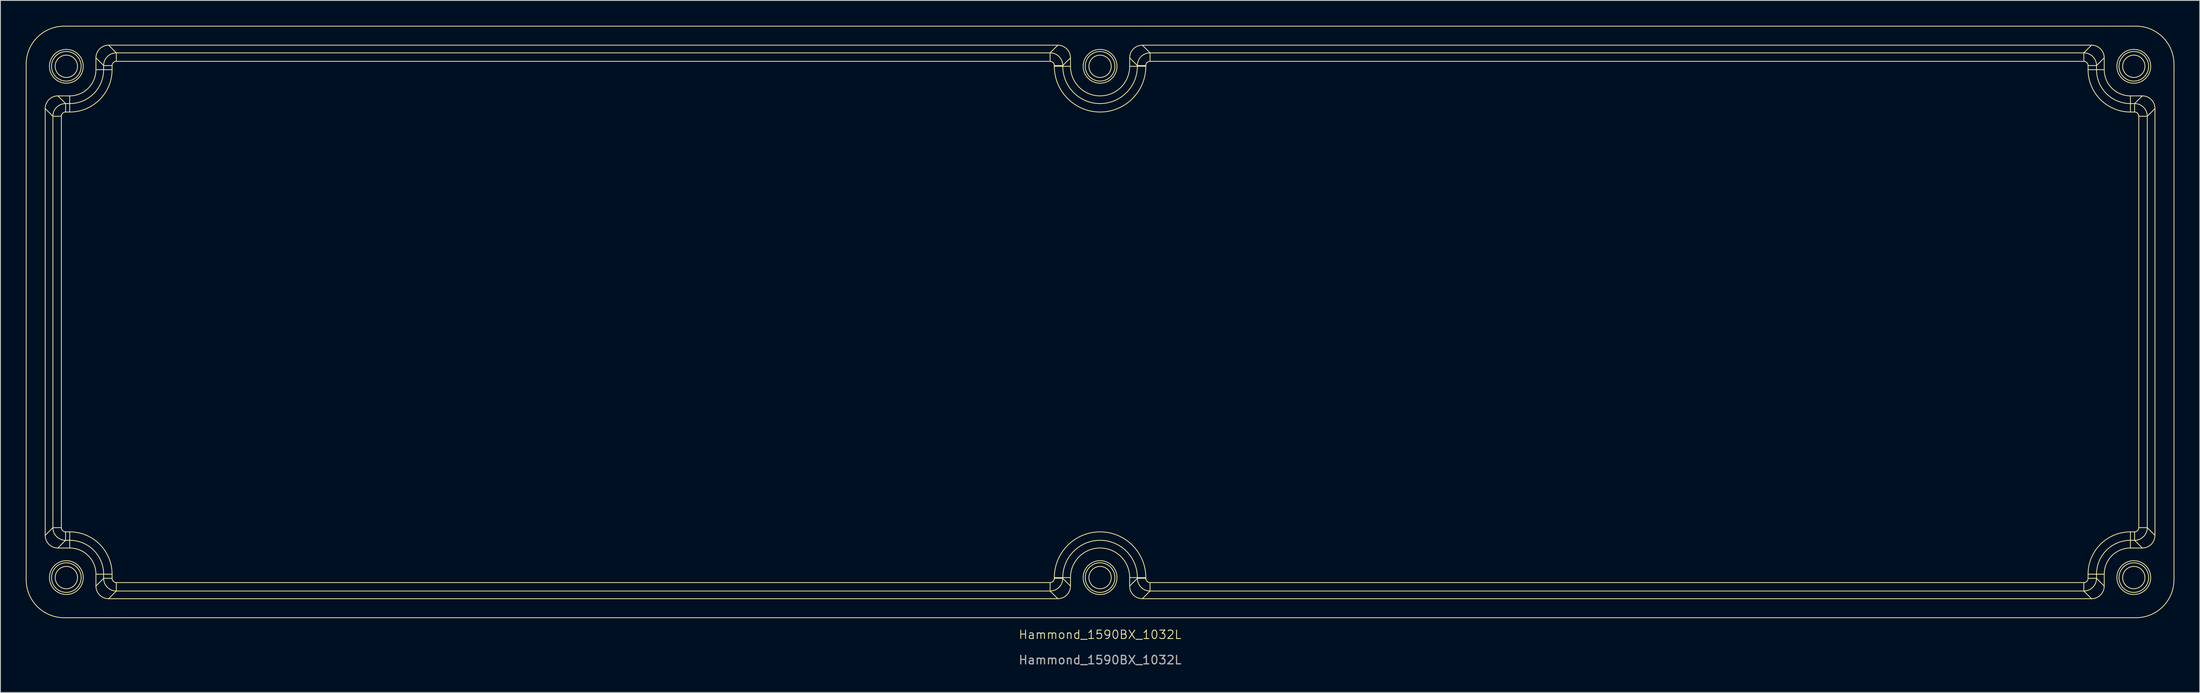
<source format=kicad_pcb>
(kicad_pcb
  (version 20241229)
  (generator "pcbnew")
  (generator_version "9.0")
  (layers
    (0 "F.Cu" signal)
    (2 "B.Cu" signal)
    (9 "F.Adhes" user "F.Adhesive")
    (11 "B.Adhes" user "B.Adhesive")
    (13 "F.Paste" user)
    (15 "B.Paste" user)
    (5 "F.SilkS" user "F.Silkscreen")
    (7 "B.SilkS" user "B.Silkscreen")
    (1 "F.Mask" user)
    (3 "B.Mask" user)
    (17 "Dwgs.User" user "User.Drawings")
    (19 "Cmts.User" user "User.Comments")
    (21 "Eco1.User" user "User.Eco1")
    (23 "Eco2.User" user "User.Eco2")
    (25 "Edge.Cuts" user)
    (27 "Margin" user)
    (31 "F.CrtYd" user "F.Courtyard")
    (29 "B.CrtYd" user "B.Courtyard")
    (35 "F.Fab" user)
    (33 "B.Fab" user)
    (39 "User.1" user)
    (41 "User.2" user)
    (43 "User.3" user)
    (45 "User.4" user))
  (footprint "Hammond_1590BX_1032L"
    (layer "F.Cu")
    (at 127.045 35.045)
    (property "Reference" "Hammond_1590BX_1032L" (at 0 37 0) (unlocked yes) (layer "F.SilkS") (effects (font (size 1 1) (thickness 0.1))))
    (fp_line (start -127 -30.5) (end -127 30.5) (stroke (width 0.09) (type solid)) (layer "F.SilkS"))
    (fp_line (start -124.75 -25.25) (end -123.84 -24.34) (stroke (width 0.09) (type solid)) (layer "F.SilkS"))
    (fp_line (start -124.75 25.25) (end -124.75 -25.25) (stroke (width 0.09) (type solid)) (layer "F.SilkS"))
    (fp_line (start -123.84 -24.34) (end -123.84 24.34) (stroke (width 0.09) (type solid)) (layer "F.SilkS"))
    (fp_line (start -123.84 24.34) (end -124.75 25.25) (stroke (width 0.09) (type solid)) (layer "F.SilkS"))
    (fp_line (start -123.84 24.34) (end -122.84 24.34) (stroke (width 0.09) (type solid)) (layer "F.SilkS"))
    (fp_line (start -123.25 -26.75) (end -121.85 -26.75) (stroke (width 0.09) (type solid)) (layer "F.SilkS"))
    (fp_line (start -123.25 26.75) (end -122.34 25.84) (stroke (width 0.09) (type solid)) (layer "F.SilkS"))
    (fp_line (start -122.84 -24.34) (end -123.84 -24.34) (stroke (width 0.09) (type solid)) (layer "F.SilkS"))
    (fp_line (start -122.84 24.34) (end -122.84 -24.34) (stroke (width 0.09) (type solid)) (layer "F.SilkS"))
    (fp_line (start -122.5 35) (end 122.5 35) (stroke (width 0.09) (type solid)) (layer "F.SilkS"))
    (fp_line (start -122.34 -25.84) (end -123.25 -26.75) (stroke (width 0.09) (type solid)) (layer "F.SilkS"))
    (fp_line (start -122.34 -25.84) (end -122.34 -24.84) (stroke (width 0.09) (type solid)) (layer "F.SilkS"))
    (fp_line (start -122.34 -24.84) (end -121.85 -24.84) (stroke (width 0.09) (type solid)) (layer "F.SilkS"))
    (fp_line (start -122.34 24.84) (end -122.34 25.84) (stroke (width 0.09) (type solid)) (layer "F.SilkS"))
    (fp_line (start -122.34 25.84) (end -121.85 25.84) (stroke (width 0.09) (type solid)) (layer "F.SilkS"))
    (fp_line (start -121.85 -26.75) (end -121.85 -25.84) (stroke (width 0.09) (type solid)) (layer "F.SilkS"))
    (fp_line (start -121.85 -25.84) (end -122.34 -25.84) (stroke (width 0.09) (type solid)) (layer "F.SilkS"))
    (fp_line (start -121.85 -24.84) (end -121.85 -25.84) (stroke (width 0.09) (type solid)) (layer "F.SilkS"))
    (fp_line (start -121.85 24.84) (end -122.34 24.84) (stroke (width 0.09) (type solid)) (layer "F.SilkS"))
    (fp_line (start -121.85 24.84) (end -121.85 25.84) (stroke (width 0.09) (type solid)) (layer "F.SilkS"))
    (fp_line (start -121.85 26.75) (end -123.25 26.75) (stroke (width 0.09) (type solid)) (layer "F.SilkS"))
    (fp_line (start -121.85 26.75) (end -121.85 25.84) (stroke (width 0.09) (type solid)) (layer "F.SilkS"))
    (fp_line (start -118.75 -31.25) (end -117.84 -30.34) (stroke (width 0.09) (type solid)) (layer "F.SilkS"))
    (fp_line (start -118.75 -29.85) (end -118.75 -31.25) (stroke (width 0.09) (type solid)) (layer "F.SilkS"))
    (fp_line (start -118.75 -29.85) (end -117.84 -29.85) (stroke (width 0.09) (type solid)) (layer "F.SilkS"))
    (fp_line (start -118.75 29.85) (end -117.84 29.85) (stroke (width 0.09) (type solid)) (layer "F.SilkS"))
    (fp_line (start -118.75 31.25) (end -118.75 29.85) (stroke (width 0.09) (type solid)) (layer "F.SilkS"))
    (fp_line (start -117.84 -30.34) (end -117.84 -29.85) (stroke (width 0.09) (type solid)) (layer "F.SilkS"))
    (fp_line (start -117.84 29.85) (end -117.84 30.34) (stroke (width 0.09) (type solid)) (layer "F.SilkS"))
    (fp_line (start -117.84 30.34) (end -118.75 31.25) (stroke (width 0.09) (type solid)) (layer "F.SilkS"))
    (fp_line (start -117.84 30.34) (end -116.84 30.34) (stroke (width 0.09) (type solid)) (layer "F.SilkS"))
    (fp_line (start -117.25 -32.75) (end -5 -32.75) (stroke (width 0.09) (type solid)) (layer "F.SilkS"))
    (fp_line (start -117.25 32.75) (end -116.34 31.84) (stroke (width 0.09) (type solid)) (layer "F.SilkS"))
    (fp_line (start -116.84 -30.34) (end -117.84 -30.34) (stroke (width 0.09) (type solid)) (layer "F.SilkS"))
    (fp_line (start -116.84 -29.85) (end -117.84 -29.85) (stroke (width 0.09) (type solid)) (layer "F.SilkS"))
    (fp_line (start -116.84 -29.85) (end -116.84 -30.34) (stroke (width 0.09) (type solid)) (layer "F.SilkS"))
    (fp_line (start -116.84 29.85) (end -117.84 29.85) (stroke (width 0.09) (type solid)) (layer "F.SilkS"))
    (fp_line (start -116.84 30.34) (end -116.84 29.85) (stroke (width 0.09) (type solid)) (layer "F.SilkS"))
    (fp_line (start -116.34 -31.84) (end -117.25 -32.75) (stroke (width 0.09) (type solid)) (layer "F.SilkS"))
    (fp_line (start -116.34 -31.84) (end -116.34 -30.84) (stroke (width 0.09) (type solid)) (layer "F.SilkS"))
    (fp_line (start -116.34 -30.84) (end -5.91 -30.84) (stroke (width 0.09) (type solid)) (layer "F.SilkS"))
    (fp_line (start -116.34 30.84) (end -116.34 31.84) (stroke (width 0.09) (type solid)) (layer "F.SilkS"))
    (fp_line (start -116.34 31.84) (end -5.91 31.84) (stroke (width 0.09) (type solid)) (layer "F.SilkS"))
    (fp_line (start -5.91 -31.84) (end -116.34 -31.84) (stroke (width 0.09) (type solid)) (layer "F.SilkS"))
    (fp_line (start -5.91 -30.84) (end -5.91 -31.84) (stroke (width 0.09) (type solid)) (layer "F.SilkS"))
    (fp_line (start -5.91 30.84) (end -116.34 30.84) (stroke (width 0.09) (type solid)) (layer "F.SilkS"))
    (fp_line (start -5.91 31.84) (end -5.91 30.84) (stroke (width 0.09) (type solid)) (layer "F.SilkS"))
    (fp_line (start -5.91 31.84) (end -5 32.75) (stroke (width 0.09) (type solid)) (layer "F.SilkS"))
    (fp_line (start -5.41 -30.34) (end -5.41 -30.25) (stroke (width 0.09) (type solid)) (layer "F.SilkS"))
    (fp_line (start -5.41 30.25) (end -5.41 30.34) (stroke (width 0.09) (type solid)) (layer "F.SilkS"))
    (fp_line (start -5.41 30.25) (end -4.41 30.25) (stroke (width 0.09) (type solid)) (layer "F.SilkS"))
    (fp_line (start -5.41 30.34) (end -4.41 30.34) (stroke (width 0.09) (type solid)) (layer "F.SilkS"))
    (fp_line (start -5 -32.75) (end -5.91 -31.84) (stroke (width 0.09) (type solid)) (layer "F.SilkS"))
    (fp_line (start -5 32.75) (end -117.25 32.75) (stroke (width 0.09) (type solid)) (layer "F.SilkS"))
    (fp_line (start -4.41 -30.34) (end -5.41 -30.34) (stroke (width 0.09) (type solid)) (layer "F.SilkS"))
    (fp_line (start -4.41 -30.34) (end -3.5 -31.25) (stroke (width 0.09) (type solid)) (layer "F.SilkS"))
    (fp_line (start -4.41 -30.25) (end -5.41 -30.25) (stroke (width 0.09) (type solid)) (layer "F.SilkS"))
    (fp_line (start -4.41 -30.25) (end -4.41 -30.34) (stroke (width 0.09) (type solid)) (layer "F.SilkS"))
    (fp_line (start -4.41 30.34) (end -4.41 30.25) (stroke (width 0.09) (type solid)) (layer "F.SilkS"))
    (fp_line (start -3.5 -31.25) (end -3.5 -30.25) (stroke (width 0.09) (type solid)) (layer "F.SilkS"))
    (fp_line (start -3.5 -30.25) (end -4.41 -30.25) (stroke (width 0.09) (type solid)) (layer "F.SilkS"))
    (fp_line (start -3.5 30.25) (end -4.41 30.25) (stroke (width 0.09) (type solid)) (layer "F.SilkS"))
    (fp_line (start -3.5 30.25) (end -3.5 31.25) (stroke (width 0.09) (type solid)) (layer "F.SilkS"))
    (fp_line (start -3.5 31.25) (end -4.41 30.34) (stroke (width 0.09) (type solid)) (layer "F.SilkS"))
    (fp_line (start 3.5 -31.25) (end 4.41 -30.34) (stroke (width 0.09) (type solid)) (layer "F.SilkS"))
    (fp_line (start 3.5 -30.25) (end 3.5 -31.25) (stroke (width 0.09) (type solid)) (layer "F.SilkS"))
    (fp_line (start 3.5 -30.25) (end 4.41 -30.25) (stroke (width 0.09) (type solid)) (layer "F.SilkS"))
    (fp_line (start 3.5 30.25) (end 4.41 30.25) (stroke (width 0.09) (type solid)) (layer "F.SilkS"))
    (fp_line (start 3.5 31.25) (end 3.5 30.25) (stroke (width 0.09) (type solid)) (layer "F.SilkS"))
    (fp_line (start 4.41 -30.34) (end 4.41 -30.25) (stroke (width 0.09) (type solid)) (layer "F.SilkS"))
    (fp_line (start 4.41 -30.25) (end 5.41 -30.25) (stroke (width 0.09) (type solid)) (layer "F.SilkS"))
    (fp_line (start 4.41 30.25) (end 4.41 30.34) (stroke (width 0.09) (type solid)) (layer "F.SilkS"))
    (fp_line (start 4.41 30.34) (end 3.5 31.25) (stroke (width 0.09) (type solid)) (layer "F.SilkS"))
    (fp_line (start 4.41 30.34) (end 5.41 30.34) (stroke (width 0.09) (type solid)) (layer "F.SilkS"))
    (fp_line (start 5 -32.75) (end 117.25 -32.75) (stroke (width 0.09) (type solid)) (layer "F.SilkS"))
    (fp_line (start 5 32.75) (end 5.91 31.84) (stroke (width 0.09) (type solid)) (layer "F.SilkS"))
    (fp_line (start 5.41 -30.34) (end 4.41 -30.34) (stroke (width 0.09) (type solid)) (layer "F.SilkS"))
    (fp_line (start 5.41 -30.25) (end 5.41 -30.34) (stroke (width 0.09) (type solid)) (layer "F.SilkS"))
    (fp_line (start 5.41 30.25) (end 4.41 30.25) (stroke (width 0.09) (type solid)) (layer "F.SilkS"))
    (fp_line (start 5.41 30.34) (end 5.41 30.25) (stroke (width 0.09) (type solid)) (layer "F.SilkS"))
    (fp_line (start 5.91 -31.84) (end 5 -32.75) (stroke (width 0.09) (type solid)) (layer "F.SilkS"))
    (fp_line (start 5.91 -31.84) (end 5.91 -30.84) (stroke (width 0.09) (type solid)) (layer "F.SilkS"))
    (fp_line (start 5.91 -30.84) (end 116.34 -30.84) (stroke (width 0.09) (type solid)) (layer "F.SilkS"))
    (fp_line (start 5.91 30.84) (end 5.91 31.84) (stroke (width 0.09) (type solid)) (layer "F.SilkS"))
    (fp_line (start 5.91 31.84) (end 116.34 31.84) (stroke (width 0.09) (type solid)) (layer "F.SilkS"))
    (fp_line (start 116.34 -31.84) (end 5.91 -31.84) (stroke (width 0.09) (type solid)) (layer "F.SilkS"))
    (fp_line (start 116.34 -30.84) (end 116.34 -31.84) (stroke (width 0.09) (type solid)) (layer "F.SilkS"))
    (fp_line (start 116.34 30.84) (end 5.91 30.84) (stroke (width 0.09) (type solid)) (layer "F.SilkS"))
    (fp_line (start 116.34 31.84) (end 116.34 30.84) (stroke (width 0.09) (type solid)) (layer "F.SilkS"))
    (fp_line (start 116.34 31.84) (end 117.25 32.75) (stroke (width 0.09) (type solid)) (layer "F.SilkS"))
    (fp_line (start 116.84 -30.34) (end 116.84 -29.85) (stroke (width 0.09) (type solid)) (layer "F.SilkS"))
    (fp_line (start 116.84 29.85) (end 116.84 30.34) (stroke (width 0.09) (type solid)) (layer "F.SilkS"))
    (fp_line (start 116.84 30.34) (end 117.84 30.34) (stroke (width 0.09) (type solid)) (layer "F.SilkS"))
    (fp_line (start 117.25 -32.75) (end 116.34 -31.84) (stroke (width 0.09) (type solid)) (layer "F.SilkS"))
    (fp_line (start 117.25 32.75) (end 5 32.75) (stroke (width 0.09) (type solid)) (layer "F.SilkS"))
    (fp_line (start 117.84 -30.34) (end 116.84 -30.34) (stroke (width 0.09) (type solid)) (layer "F.SilkS"))
    (fp_line (start 117.84 -30.34) (end 118.75 -31.25) (stroke (width 0.09) (type solid)) (layer "F.SilkS"))
    (fp_line (start 117.84 -29.85) (end 116.84 -29.85) (stroke (width 0.09) (type solid)) (layer "F.SilkS"))
    (fp_line (start 117.84 -29.85) (end 117.84 -30.34) (stroke (width 0.09) (type solid)) (layer "F.SilkS"))
    (fp_line (start 117.84 29.85) (end 116.84 29.85) (stroke (width 0.09) (type solid)) (layer "F.SilkS"))
    (fp_line (start 117.84 30.34) (end 117.84 29.85) (stroke (width 0.09) (type solid)) (layer "F.SilkS"))
    (fp_line (start 118.75 -31.25) (end 118.75 -29.85) (stroke (width 0.09) (type solid)) (layer "F.SilkS"))
    (fp_line (start 118.75 -29.85) (end 117.84 -29.85) (stroke (width 0.09) (type solid)) (layer "F.SilkS"))
    (fp_line (start 118.75 29.85) (end 117.84 29.85) (stroke (width 0.09) (type solid)) (layer "F.SilkS"))
    (fp_line (start 118.75 29.85) (end 118.75 31.25) (stroke (width 0.09) (type solid)) (layer "F.SilkS"))
    (fp_line (start 118.75 31.25) (end 117.84 30.34) (stroke (width 0.09) (type solid)) (layer "F.SilkS"))
    (fp_line (start 121.85 -26.75) (end 121.85 -25.84) (stroke (width 0.09) (type solid)) (layer "F.SilkS"))
    (fp_line (start 121.85 -26.75) (end 123.25 -26.75) (stroke (width 0.09) (type solid)) (layer "F.SilkS"))
    (fp_line (start 121.85 -25.84) (end 121.85 -24.84) (stroke (width 0.09) (type solid)) (layer "F.SilkS"))
    (fp_line (start 121.85 -24.84) (end 122.34 -24.84) (stroke (width 0.09) (type solid)) (layer "F.SilkS"))
    (fp_line (start 121.85 25.84) (end 121.85 24.84) (stroke (width 0.09) (type solid)) (layer "F.SilkS"))
    (fp_line (start 121.85 25.84) (end 122.34 25.84) (stroke (width 0.09) (type solid)) (layer "F.SilkS"))
    (fp_line (start 121.85 26.75) (end 121.85 25.84) (stroke (width 0.09) (type solid)) (layer "F.SilkS"))
    (fp_line (start 122.34 -25.84) (end 121.85 -25.84) (stroke (width 0.09) (type solid)) (layer "F.SilkS"))
    (fp_line (start 122.34 -24.84) (end 122.34 -25.84) (stroke (width 0.09) (type solid)) (layer "F.SilkS"))
    (fp_line (start 122.34 24.84) (end 121.85 24.84) (stroke (width 0.09) (type solid)) (layer "F.SilkS"))
    (fp_line (start 122.34 25.84) (end 122.34 24.84) (stroke (width 0.09) (type solid)) (layer "F.SilkS"))
    (fp_line (start 122.34 25.84) (end 123.25 26.75) (stroke (width 0.09) (type solid)) (layer "F.SilkS"))
    (fp_line (start 122.5 -35) (end -122.5 -35) (stroke (width 0.09) (type solid)) (layer "F.SilkS"))
    (fp_line (start 122.84 -24.34) (end 122.84 24.34) (stroke (width 0.09) (type solid)) (layer "F.SilkS"))
    (fp_line (start 122.84 24.34) (end 123.84 24.34) (stroke (width 0.09) (type solid)) (layer "F.SilkS"))
    (fp_line (start 123.25 -26.75) (end 122.34 -25.84) (stroke (width 0.09) (type solid)) (layer "F.SilkS"))
    (fp_line (start 123.25 26.75) (end 121.85 26.75) (stroke (width 0.09) (type solid)) (layer "F.SilkS"))
    (fp_line (start 123.84 -24.34) (end 122.84 -24.34) (stroke (width 0.09) (type solid)) (layer "F.SilkS"))
    (fp_line (start 123.84 -24.34) (end 124.75 -25.25) (stroke (width 0.09) (type solid)) (layer "F.SilkS"))
    (fp_line (start 123.84 24.34) (end 123.84 -24.34) (stroke (width 0.09) (type solid)) (layer "F.SilkS"))
    (fp_line (start 124.75 -25.25) (end 124.75 25.25) (stroke (width 0.09) (type solid)) (layer "F.SilkS"))
    (fp_line (start 124.75 25.25) (end 123.84 24.34) (stroke (width 0.09) (type solid)) (layer "F.SilkS"))
    (fp_line (start 127 30.5) (end 127 -30.5) (stroke (width 0.09) (type solid)) (layer "F.SilkS"))
    (fp_arc (start -127 -30.5) (mid -125.681981 -33.681981) (end -122.5 -35) (stroke (width 0.09) (type solid)) (layer "F.SilkS"))
    (fp_arc (start -122.5 35) (mid -125.681981 33.681981) (end -127 30.5) (stroke (width 0.09) (type solid)) (layer "F.SilkS"))
    (fp_arc (start -121.85 24.839865) (mid -118.3073 26.3073) (end -116.839864 29.85) (stroke (width 0.09) (type solid)) (layer "F.SilkS"))
    (fp_arc (start -121.85 25.839627) (mid -119.014238 27.014238) (end -117.839626 29.85) (stroke (width 0.09) (type solid)) (layer "F.SilkS"))
    (fp_arc (start -121.85 26.75) (mid -119.657969 27.657969) (end -118.75 29.85) (stroke (width 0.09) (type solid)) (layer "F.SilkS"))
    (fp_arc (start -118.75 -29.85) (mid -119.657969 -27.657969) (end -121.85 -26.75) (stroke (width 0.09) (type solid)) (layer "F.SilkS"))
    (fp_arc (start -117.839626 -29.85) (mid -119.014237 -27.014237) (end -121.85 -25.839627) (stroke (width 0.09) (type solid)) (layer "F.SilkS"))
    (fp_arc (start -116.839864 -29.85) (mid -118.307299 -26.307299) (end -121.85 -24.839865) (stroke (width 0.09) (type solid)) (layer "F.SilkS"))
    (fp_arc (start -5.410135 30.25) (mid 0.000001 24.839866) (end 5.410136 30.25) (stroke (width 0.09) (type solid)) (layer "F.SilkS"))
    (fp_arc (start -4.410373 30.25) (mid 0.000001 25.839628) (end 4.410374 30.25) (stroke (width 0.09) (type solid)) (layer "F.SilkS"))
    (fp_arc (start -3.5 30.25) (mid 0 26.75) (end 3.5 30.25) (stroke (width 0.09) (type solid)) (layer "F.SilkS"))
    (fp_arc (start 3.5 -30.25) (mid 0 -26.75) (end -3.5 -30.25) (stroke (width 0.09) (type solid)) (layer "F.SilkS"))
    (fp_arc (start 4.410374 -30.25) (mid 0 -25.839626) (end -4.410373 -30.25) (stroke (width 0.09) (type solid)) (layer "F.SilkS"))
    (fp_arc (start 5.410136 -30.25) (mid 0 -24.839864) (end -5.410135 -30.25) (stroke (width 0.09) (type solid)) (layer "F.SilkS"))
    (fp_arc (start 116.839865 29.85) (mid 118.30731 26.30731) (end 121.85 24.839865) (stroke (width 0.09) (type solid)) (layer "F.SilkS"))
    (fp_arc (start 117.839627 29.85) (mid 119.014248 27.014248) (end 121.85 25.839627) (stroke (width 0.09) (type solid)) (layer "F.SilkS"))
    (fp_arc (start 118.75 29.85) (mid 119.657979 27.657979) (end 121.85 26.75) (stroke (width 0.09) (type solid)) (layer "F.SilkS"))
    (fp_arc (start 121.85 -26.75) (mid 119.657972 -27.657972) (end 118.75 -29.85) (stroke (width 0.09) (type solid)) (layer "F.SilkS"))
    (fp_arc (start 121.85 -25.839627) (mid 119.01424 -27.01424) (end 117.839627 -29.85) (stroke (width 0.09) (type solid)) (layer "F.SilkS"))
    (fp_arc (start 121.85 -24.839865) (mid 118.307302 -26.307302) (end 116.839865 -29.85) (stroke (width 0.09) (type solid)) (layer "F.SilkS"))
    (fp_arc (start 122.5 -35) (mid 125.681983 -33.681983) (end 127 -30.5) (stroke (width 0.09) (type solid)) (layer "F.SilkS"))
    (fp_arc (start 127 30.5) (mid 125.68199 33.68199) (end 122.5 35) (stroke (width 0.09) (type solid)) (layer "F.SilkS"))
    (fp_circle (center -122.25 -30.25) (end -124.25 -30.25) (stroke (width 0.09) (type solid)) (fill no) (layer "F.SilkS"))
    (fp_circle (center -122.25 -30.25) (end -124.003 -30.25) (stroke (width 0.09) (type solid)) (fill no) (layer "F.SilkS"))
    (fp_circle (center -122.25 -30.25) (end -123.571 -30.25) (stroke (width 0.09) (type solid)) (fill no) (layer "F.SilkS"))
    (fp_circle (center -122.25 30.25) (end -124.25 30.25) (stroke (width 0.09) (type solid)) (fill no) (layer "F.SilkS"))
    (fp_circle (center -122.25 30.25) (end -124.003 30.25) (stroke (width 0.09) (type solid)) (fill no) (layer "F.SilkS"))
    (fp_circle (center -122.25 30.25) (end -123.571 30.25) (stroke (width 0.09) (type solid)) (fill no) (layer "F.SilkS"))
    (fp_circle (center 0 -30.25) (end -2 -30.25) (stroke (width 0.09) (type solid)) (fill no) (layer "F.SilkS"))
    (fp_circle (center 0 -30.25) (end -1.753 -30.25) (stroke (width 0.09) (type solid)) (fill no) (layer "F.SilkS"))
    (fp_circle (center 0 -30.25) (end -1.321 -30.25) (stroke (width 0.09) (type solid)) (fill no) (layer "F.SilkS"))
    (fp_circle (center 0 30.25) (end -2 30.25) (stroke (width 0.09) (type solid)) (fill no) (layer "F.SilkS"))
    (fp_circle (center 0 30.25) (end -1.753 30.25) (stroke (width 0.09) (type solid)) (fill no) (layer "F.SilkS"))
    (fp_circle (center 0 30.25) (end -1.321 30.25) (stroke (width 0.09) (type solid)) (fill no) (layer "F.SilkS"))
    (fp_circle (center 122.25 -30.25) (end 120.25 -30.25) (stroke (width 0.09) (type solid)) (fill no) (layer "F.SilkS"))
    (fp_circle (center 122.25 -30.25) (end 120.497 -30.25) (stroke (width 0.09) (type solid)) (fill no) (layer "F.SilkS"))
    (fp_circle (center 122.25 -30.25) (end 120.929 -30.25) (stroke (width 0.09) (type solid)) (fill no) (layer "F.SilkS"))
    (fp_circle (center 122.25 30.25) (end 120.25 30.25) (stroke (width 0.09) (type solid)) (fill no) (layer "F.SilkS"))
    (fp_circle (center 122.25 30.25) (end 120.497 30.25) (stroke (width 0.09) (type solid)) (fill no) (layer "F.SilkS"))
    (fp_circle (center 122.25 30.25) (end 120.929 30.25) (stroke (width 0.09) (type solid)) (fill no) (layer "F.SilkS"))
    (fp_curve (pts (xy -124.75 25.25) (xy -124.75 26.079) (xy -124.079 26.75) (xy -123.25 26.75)) (stroke (width 0.09) (type solid)) (layer "F.SilkS"))
    (fp_curve (pts (xy -123.84 24.34) (xy -123.839 25.168) (xy -123.168 25.839) (xy -122.34 25.84)) (stroke (width 0.09) (type solid)) (layer "F.SilkS"))
    (fp_curve (pts (xy -123.25 -26.75) (xy -124.079 -26.75) (xy -124.75 -26.079) (xy -124.75 -25.25)) (stroke (width 0.09) (type solid)) (layer "F.SilkS"))
    (fp_curve (pts (xy -122.84 24.34) (xy -122.84 24.616) (xy -122.616 24.84) (xy -122.34 24.84)) (stroke (width 0.09) (type solid)) (layer "F.SilkS"))
    (fp_curve (pts (xy -122.34 -25.84) (xy -123.168 -25.839) (xy -123.839 -25.168) (xy -123.84 -24.34)) (stroke (width 0.09) (type solid)) (layer "F.SilkS"))
    (fp_curve (pts (xy -122.34 -24.84) (xy -122.616 -24.84) (xy -122.84 -24.616) (xy -122.84 -24.34)) (stroke (width 0.09) (type solid)) (layer "F.SilkS"))
    (fp_curve (pts (xy -118.75 31.25) (xy -118.75 32.079) (xy -118.079 32.75) (xy -117.25 32.75)) (stroke (width 0.09) (type solid)) (layer "F.SilkS"))
    (fp_curve (pts (xy -117.84 30.34) (xy -117.839 31.168) (xy -117.168 31.839) (xy -116.34 31.84)) (stroke (width 0.09) (type solid)) (layer "F.SilkS"))
    (fp_curve (pts (xy -117.25 -32.75) (xy -118.079 -32.75) (xy -118.75 -32.079) (xy -118.75 -31.25)) (stroke (width 0.09) (type solid)) (layer "F.SilkS"))
    (fp_curve (pts (xy -116.84 30.34) (xy -116.84 30.616) (xy -116.616 30.84) (xy -116.34 30.84)) (stroke (width 0.09) (type solid)) (layer "F.SilkS"))
    (fp_curve (pts (xy -116.34 -31.84) (xy -117.168 -31.839) (xy -117.839 -31.168) (xy -117.84 -30.34)) (stroke (width 0.09) (type solid)) (layer "F.SilkS"))
    (fp_curve (pts (xy -116.34 -30.84) (xy -116.616 -30.84) (xy -116.84 -30.616) (xy -116.84 -30.34)) (stroke (width 0.09) (type solid)) (layer "F.SilkS"))
    (fp_curve (pts (xy -5.91 30.84) (xy -5.634 30.84) (xy -5.41 30.616) (xy -5.41 30.34)) (stroke (width 0.09) (type solid)) (layer "F.SilkS"))
    (fp_curve (pts (xy -5.91 31.84) (xy -5.082 31.839) (xy -4.411 31.168) (xy -4.41 30.34)) (stroke (width 0.09) (type solid)) (layer "F.SilkS"))
    (fp_curve (pts (xy -5.41 -30.34) (xy -5.41 -30.616) (xy -5.634 -30.84) (xy -5.91 -30.84)) (stroke (width 0.09) (type solid)) (layer "F.SilkS"))
    (fp_curve (pts (xy -5 32.75) (xy -4.171 32.75) (xy -3.5 32.079) (xy -3.5 31.25)) (stroke (width 0.09) (type solid)) (layer "F.SilkS"))
    (fp_curve (pts (xy -4.41 -30.34) (xy -4.411 -31.168) (xy -5.082 -31.839) (xy -5.91 -31.84)) (stroke (width 0.09) (type solid)) (layer "F.SilkS"))
    (fp_curve (pts (xy -3.5 -31.25) (xy -3.5 -32.079) (xy -4.171 -32.75) (xy -5 -32.75)) (stroke (width 0.09) (type solid)) (layer "F.SilkS"))
    (fp_curve (pts (xy 3.5 31.25) (xy 3.5 32.079) (xy 4.171 32.75) (xy 5 32.75)) (stroke (width 0.09) (type solid)) (layer "F.SilkS"))
    (fp_curve (pts (xy 4.41 30.34) (xy 4.411 31.168) (xy 5.082 31.839) (xy 5.91 31.84)) (stroke (width 0.09) (type solid)) (layer "F.SilkS"))
    (fp_curve (pts (xy 5 -32.75) (xy 4.171 -32.75) (xy 3.5 -32.079) (xy 3.5 -31.25)) (stroke (width 0.09) (type solid)) (layer "F.SilkS"))
    (fp_curve (pts (xy 5.41 30.34) (xy 5.41 30.616) (xy 5.634 30.84) (xy 5.91 30.84)) (stroke (width 0.09) (type solid)) (layer "F.SilkS"))
    (fp_curve (pts (xy 5.91 -31.84) (xy 5.082 -31.839) (xy 4.411 -31.168) (xy 4.41 -30.34)) (stroke (width 0.09) (type solid)) (layer "F.SilkS"))
    (fp_curve (pts (xy 5.91 -30.84) (xy 5.634 -30.84) (xy 5.41 -30.616) (xy 5.41 -30.34)) (stroke (width 0.09) (type solid)) (layer "F.SilkS"))
    (fp_curve (pts (xy 116.34 30.84) (xy 116.616 30.84) (xy 116.84 30.616) (xy 116.84 30.34)) (stroke (width 0.09) (type solid)) (layer "F.SilkS"))
    (fp_curve (pts (xy 116.34 31.84) (xy 117.168 31.839) (xy 117.839 31.168) (xy 117.84 30.34)) (stroke (width 0.09) (type solid)) (layer "F.SilkS"))
    (fp_curve (pts (xy 116.84 -30.34) (xy 116.84 -30.616) (xy 116.616 -30.84) (xy 116.34 -30.84)) (stroke (width 0.09) (type solid)) (layer "F.SilkS"))
    (fp_curve (pts (xy 117.25 32.75) (xy 118.079 32.75) (xy 118.75 32.079) (xy 118.75 31.25)) (stroke (width 0.09) (type solid)) (layer "F.SilkS"))
    (fp_curve (pts (xy 117.84 -30.34) (xy 117.839 -31.168) (xy 117.168 -31.839) (xy 116.34 -31.84)) (stroke (width 0.09) (type solid)) (layer "F.SilkS"))
    (fp_curve (pts (xy 118.75 -31.25) (xy 118.75 -32.079) (xy 118.079 -32.75) (xy 117.25 -32.75)) (stroke (width 0.09) (type solid)) (layer "F.SilkS"))
    (fp_curve (pts (xy 122.34 24.84) (xy 122.616 24.84) (xy 122.84 24.616) (xy 122.84 24.34)) (stroke (width 0.09) (type solid)) (layer "F.SilkS"))
    (fp_curve (pts (xy 122.34 25.84) (xy 123.168 25.839) (xy 123.839 25.168) (xy 123.84 24.34)) (stroke (width 0.09) (type solid)) (layer "F.SilkS"))
    (fp_curve (pts (xy 122.84 -24.34) (xy 122.84 -24.616) (xy 122.616 -24.84) (xy 122.34 -24.84)) (stroke (width 0.09) (type solid)) (layer "F.SilkS"))
    (fp_curve (pts (xy 123.25 26.75) (xy 124.079 26.75) (xy 124.75 26.079) (xy 124.75 25.25)) (stroke (width 0.09) (type solid)) (layer "F.SilkS"))
    (fp_curve (pts (xy 123.84 -24.34) (xy 123.839 -25.168) (xy 123.168 -25.839) (xy 122.34 -25.84)) (stroke (width 0.09) (type solid)) (layer "F.SilkS"))
    (fp_curve (pts (xy 124.75 -25.25) (xy 124.75 -26.079) (xy 124.079 -26.75) (xy 123.25 -26.75)) (stroke (width 0.09) (type solid)) (layer "F.SilkS"))
    (fp_text user "${REFERENCE}" (at 0 40 0) (unlocked yes) (layer "F.Fab") (effects (font (size 1 1) (thickness 0.15)))))
  (gr_rect
    (start -3 -3)
    (end 257.09 78.893)
    (stroke (width 0.1) (type default))
    (fill no)
    (layer "Edge.Cuts")))
</source>
